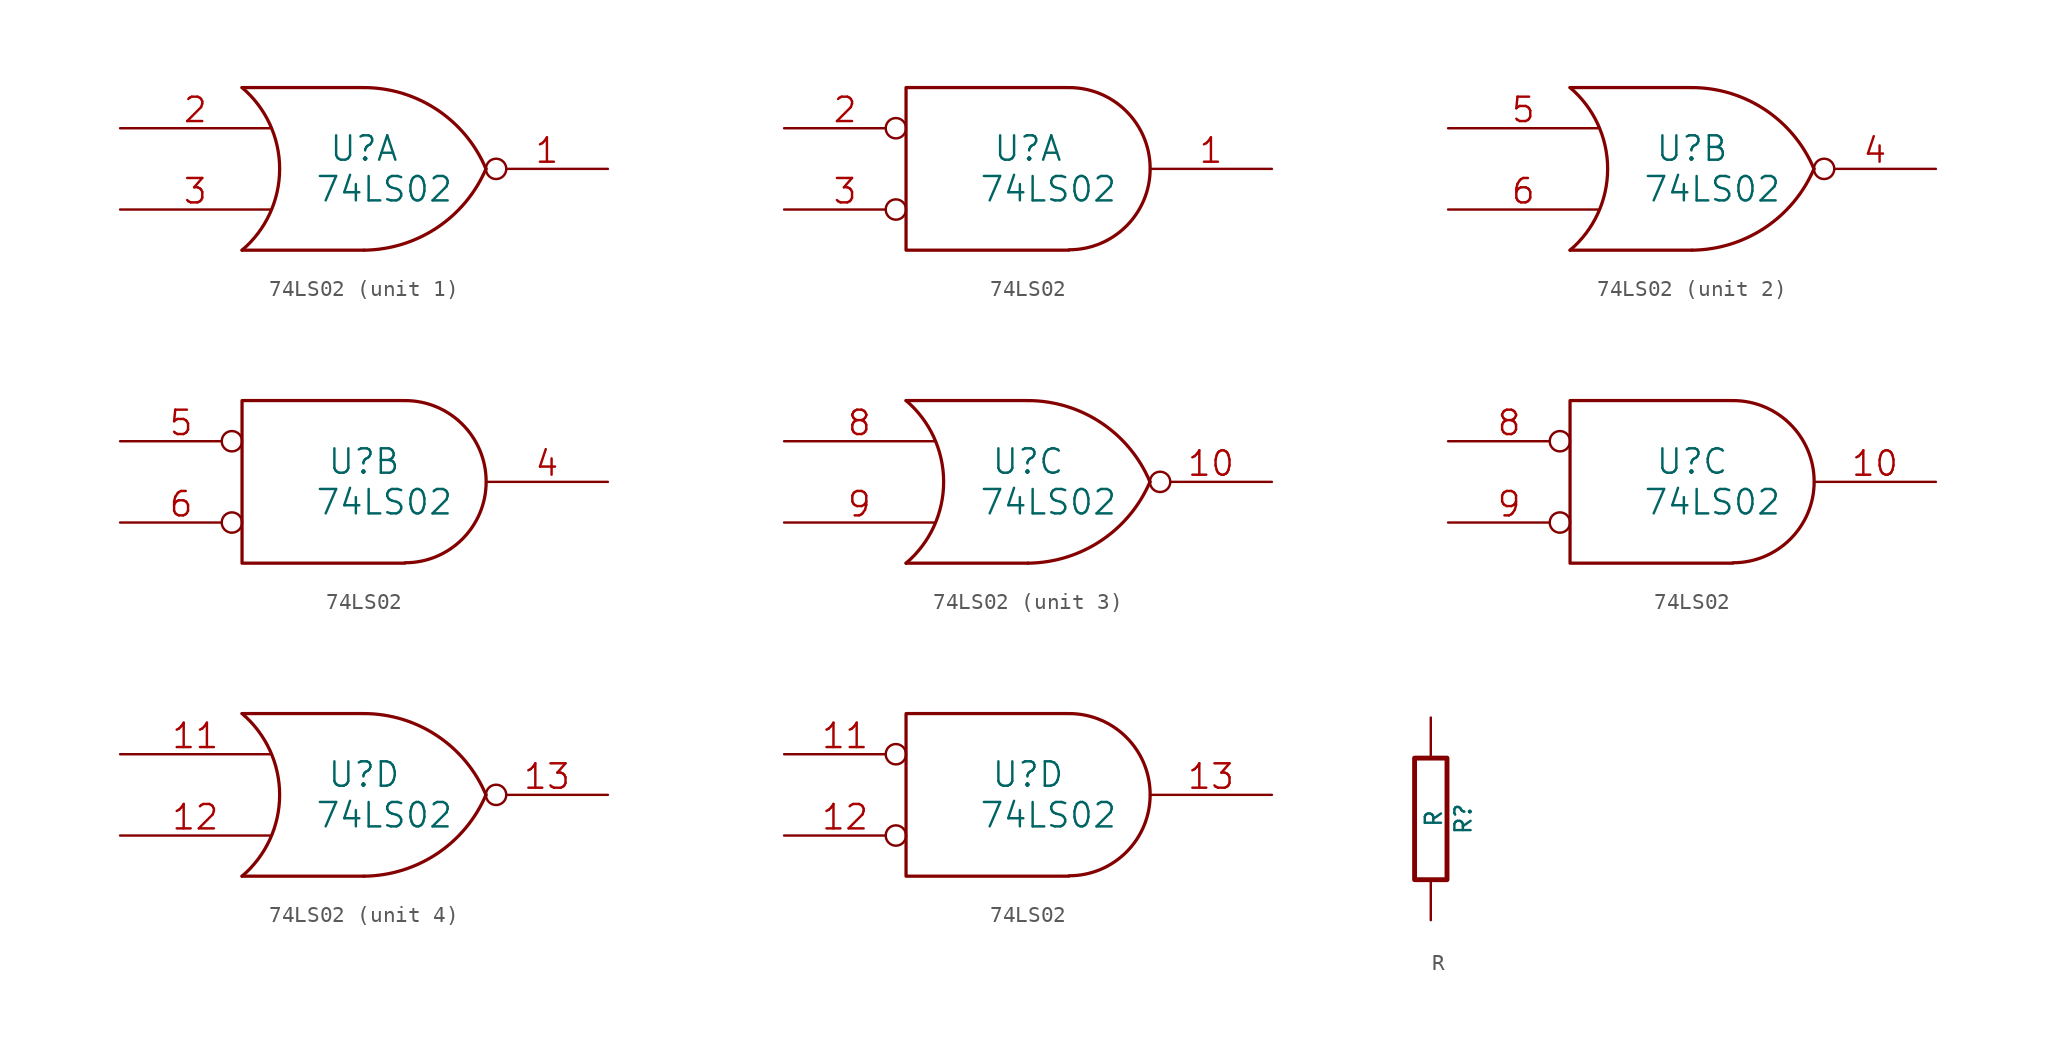
<source format=kicad_sym>
(kicad_symbol_lib
  (version 20241209)
  (generator "kicad_symbol_editor")
  (generator_version "9.0")
  (symbol "74LS02"
    (pin_names
      (offset 0.762))
    (property "Reference" "U"
      (at 0 1.27 0)
      (effects (font (size 1.524 1.524))))
    (property "Value" "74LS02"
      (at 1.27 -1.27 0)
      (effects (font (size 1.524 1.524))))
    (property "Footprint" ""
      (at 0 0 0)
      (effects (font (size 1.524 1.524))))
    (property "Datasheet" ""
      (at 0 0 0)
      (effects (font (size 1.524 1.524))))
    (symbol "74LS02_0_0"
      (pin power_in line (at -5.08 5.08 270) (length 0) (hide yes) (name "VCC" (effects (font (size 1.016 1.016)))) (number "14" (effects (font (size 1.016 1.016)))))
      (pin power_in line (at -5.08 -5.08 90) (length 0) (hide yes) (name "GND" (effects (font (size 1.016 1.016)))) (number "7" (effects (font (size 1.016 1.016))))))
    (symbol "74LS02_0_1"
      (arc (start -7.62 5.08) (mid -5.2708 0) (end -7.62 -5.08) (stroke (width 0.2032) (type solid)) (fill (type none)))
      (polyline (pts (xy -7.62 5.08) (xy 0 5.08)) (stroke (width 0.203) (type solid)) (fill (type none)))
      (polyline (pts (xy -7.62 -5.08) (xy 0 -5.08)) (stroke (width 0.203) (type solid)) (fill (type none)))
      (arc (start 7.62 0) (mid 4.5684 -3.6712) (end 0 -5.08) (stroke (width 0.2032) (type solid)) (fill (type none)))
      (arc (start 0 5.08) (mid 4.577 3.6883) (end 7.62 0) (stroke (width 0.2032) (type solid)) (fill (type none))))
    (symbol "74LS02_0_2"
      (polyline (pts (xy 2.54 5.08) (xy -7.62 5.08) (xy -7.62 -5.08) (xy 2.54 -5.08)) (stroke (width 0.203) (type solid)) (fill (type none)))
      (arc (start 2.5654 5.08) (mid 7.6201 0.0001) (end 2.5654 -5.0546) (stroke (width 0.2032) (type solid)) (fill (type none))))
    (symbol "74LS02_1_1"
      (pin input line (at -15.24 2.54 0) (length 9.398) (name "~" (effects (font (size 1.524 1.524)))) (number "2" (effects (font (size 1.524 1.524)))))
      (pin input line (at -15.24 -2.54 0) (length 9.398) (name "~" (effects (font (size 1.524 1.524)))) (number "3" (effects (font (size 1.524 1.524)))))
      (pin output inverted (at 15.24 0 180) (length 7.62) (name "~" (effects (font (size 1.524 1.524)))) (number "1" (effects (font (size 1.524 1.524))))))
    (symbol "74LS02_1_2"
      (pin input inverted (at -15.24 2.54 0) (length 7.62) (name "~" (effects (font (size 1.524 1.524)))) (number "2" (effects (font (size 1.524 1.524)))))
      (pin input inverted (at -15.24 -2.54 0) (length 7.62) (name "~" (effects (font (size 1.524 1.524)))) (number "3" (effects (font (size 1.524 1.524)))))
      (pin output line (at 15.24 0 180) (length 7.62) (name "~" (effects (font (size 1.524 1.524)))) (number "1" (effects (font (size 1.524 1.524))))))
    (symbol "74LS02_2_1"
      (pin input line (at -15.24 2.54 0) (length 9.398) (name "~" (effects (font (size 1.524 1.524)))) (number "5" (effects (font (size 1.524 1.524)))))
      (pin input line (at -15.24 -2.54 0) (length 9.398) (name "~" (effects (font (size 1.524 1.524)))) (number "6" (effects (font (size 1.524 1.524)))))
      (pin output inverted (at 15.24 0 180) (length 7.62) (name "~" (effects (font (size 1.524 1.524)))) (number "4" (effects (font (size 1.524 1.524))))))
    (symbol "74LS02_2_2"
      (pin input inverted (at -15.24 2.54 0) (length 7.62) (name "~" (effects (font (size 1.524 1.524)))) (number "5" (effects (font (size 1.524 1.524)))))
      (pin input inverted (at -15.24 -2.54 0) (length 7.62) (name "~" (effects (font (size 1.524 1.524)))) (number "6" (effects (font (size 1.524 1.524)))))
      (pin output line (at 15.24 0 180) (length 7.62) (name "~" (effects (font (size 1.524 1.524)))) (number "4" (effects (font (size 1.524 1.524))))))
    (symbol "74LS02_3_1"
      (pin input line (at -15.24 2.54 0) (length 9.398) (name "~" (effects (font (size 1.524 1.524)))) (number "8" (effects (font (size 1.524 1.524)))))
      (pin input line (at -15.24 -2.54 0) (length 9.398) (name "~" (effects (font (size 1.524 1.524)))) (number "9" (effects (font (size 1.524 1.524)))))
      (pin output inverted (at 15.24 0 180) (length 7.62) (name "~" (effects (font (size 1.524 1.524)))) (number "10" (effects (font (size 1.524 1.524))))))
    (symbol "74LS02_3_2"
      (pin input inverted (at -15.24 2.54 0) (length 7.62) (name "~" (effects (font (size 1.524 1.524)))) (number "8" (effects (font (size 1.524 1.524)))))
      (pin input inverted (at -15.24 -2.54 0) (length 7.62) (name "~" (effects (font (size 1.524 1.524)))) (number "9" (effects (font (size 1.524 1.524)))))
      (pin output line (at 15.24 0 180) (length 7.62) (name "~" (effects (font (size 1.524 1.524)))) (number "10" (effects (font (size 1.524 1.524))))))
    (symbol "74LS02_4_1"
      (pin input line (at -15.24 2.54 0) (length 9.398) (name "~" (effects (font (size 1.524 1.524)))) (number "11" (effects (font (size 1.524 1.524)))))
      (pin input line (at -15.24 -2.54 0) (length 9.398) (name "~" (effects (font (size 1.524 1.524)))) (number "12" (effects (font (size 1.524 1.524)))))
      (pin output inverted (at 15.24 0 180) (length 7.62) (name "~" (effects (font (size 1.524 1.524)))) (number "13" (effects (font (size 1.524 1.524))))))
    (symbol "74LS02_4_2"
      (pin input inverted (at -15.24 2.54 0) (length 7.62) (name "~" (effects (font (size 1.524 1.524)))) (number "11" (effects (font (size 1.524 1.524)))))
      (pin input inverted (at -15.24 -2.54 0) (length 7.62) (name "~" (effects (font (size 1.524 1.524)))) (number "12" (effects (font (size 1.524 1.524)))))
      (pin output line (at 15.24 0 180) (length 7.62) (name "~" (effects (font (size 1.524 1.524)))) (number "13" (effects (font (size 1.524 1.524)))))))
  (symbol "R"
    (pin_numbers
      (hide yes))
    (pin_names
      (offset 0))
    (property "Reference" "R"
      (at 2.032 0 90)
      (effects (font (size 1.016 1.016))))
    (property "Value" "R"
      (at 0.178 0.025 90)
      (effects (font (size 1.016 1.016))))
    (property "Footprint" ""
      (at -1.778 0 90)
      (effects (font (size 0.762 0.762))))
    (property "Datasheet" ""
      (at 0 0 0)
      (effects (font (size 0.762 0.762))))
    (symbol "R_0_1"
      (rectangle (start -1.016 3.81) (end 1.016 -3.81) (stroke (width 0.305) (type solid)) (fill (type none))))
    (symbol "R_1_1"
      (pin passive line (at 0 6.35 270) (length 2.54) (name "~" (effects (font (size 1.524 1.524)))) (number "1" (effects (font (size 1.524 1.524)))))
      (pin passive line (at 0 -6.35 90) (length 2.54) (name "~" (effects (font (size 1.524 1.524)))) (number "2" (effects (font (size 1.524 1.524))))))))
</source>
